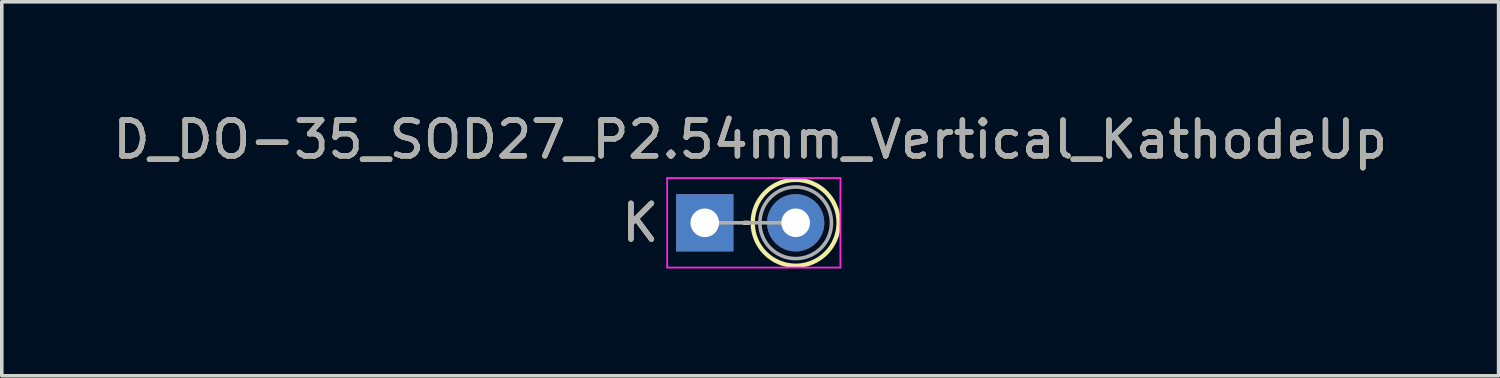
<source format=kicad_pcb>
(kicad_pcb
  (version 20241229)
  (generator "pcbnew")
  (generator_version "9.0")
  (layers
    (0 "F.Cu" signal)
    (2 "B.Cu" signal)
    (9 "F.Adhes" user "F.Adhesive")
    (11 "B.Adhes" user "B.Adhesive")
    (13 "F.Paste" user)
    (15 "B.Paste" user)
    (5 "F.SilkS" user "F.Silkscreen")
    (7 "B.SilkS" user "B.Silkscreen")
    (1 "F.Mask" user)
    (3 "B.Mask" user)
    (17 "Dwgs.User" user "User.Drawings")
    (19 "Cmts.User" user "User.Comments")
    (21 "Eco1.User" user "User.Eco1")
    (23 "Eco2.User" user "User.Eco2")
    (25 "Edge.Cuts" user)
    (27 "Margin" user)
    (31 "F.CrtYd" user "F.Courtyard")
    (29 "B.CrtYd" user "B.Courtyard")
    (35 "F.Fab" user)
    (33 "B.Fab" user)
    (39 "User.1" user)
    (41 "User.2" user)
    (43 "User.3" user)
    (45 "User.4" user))
  (footprint "D_DO-35_SOD27_P2.54mm_Vertical_KathodeUp"
    (layer "F.Cu")
    (at 16.641 3.175)
    (property "Reference" "D_DO-35_SOD27_P2.54mm_Vertical_KathodeUp" (at 1.27 -2.326 0) (layer "F.SilkS") (effects (font (size 1 1) (thickness 0.15))))
    (attr through_hole)
    (fp_line (start 1.214 0) (end 1.1 0) (stroke (width 0.12) (type solid)) (layer "F.SilkS"))
    (fp_circle (center 2.54 0) (end 3.74 0) (stroke (width 0.12) (type solid)) (fill no) (layer "F.SilkS"))
    (fp_line (start -1.05 -1.25) (end -1.05 1.25) (stroke (width 0.05) (type solid)) (layer "F.CrtYd"))
    (fp_line (start -1.05 1.25) (end 3.79 1.25) (stroke (width 0.05) (type solid)) (layer "F.CrtYd"))
    (fp_line (start 3.79 -1.25) (end -1.05 -1.25) (stroke (width 0.05) (type solid)) (layer "F.CrtYd"))
    (fp_line (start 3.79 1.25) (end 3.79 -1.25) (stroke (width 0.05) (type solid)) (layer "F.CrtYd"))
    (fp_line (start 0 0) (end 2.54 0) (stroke (width 0.1) (type solid)) (layer "F.Fab"))
    (fp_circle (center 2.54 0) (end 3.54 0) (stroke (width 0.1) (type solid)) (fill no) (layer "F.Fab"))
    (fp_text user "K" (at -1.8 0 0) (layer "F.SilkS") (effects (font (size 1 1) (thickness 0.15))))
    (fp_text user "K" (at -1.8 0 0) (layer "F.Fab") (effects (font (size 1 1) (thickness 0.15))))
    (fp_text user "${REFERENCE}" (at 1.27 -2.326 0) (layer "F.Fab") (effects (font (size 1 1) (thickness 0.15))))
    (pad "1" thru_hole rect (at 0 0) (size 1.6 1.6) (drill 0.8) (layers "*.Cu" "*.Mask"))
    (pad "2" thru_hole oval (at 2.54 0) (size 1.6 1.6) (drill 0.8) (layers "*.Cu" "*.Mask")))
  (gr_rect
    (start -3 -3)
    (end 38.821 7.45)
    (stroke (width 0.1) (type default))
    (fill no)
    (layer "Edge.Cuts")))
</source>
